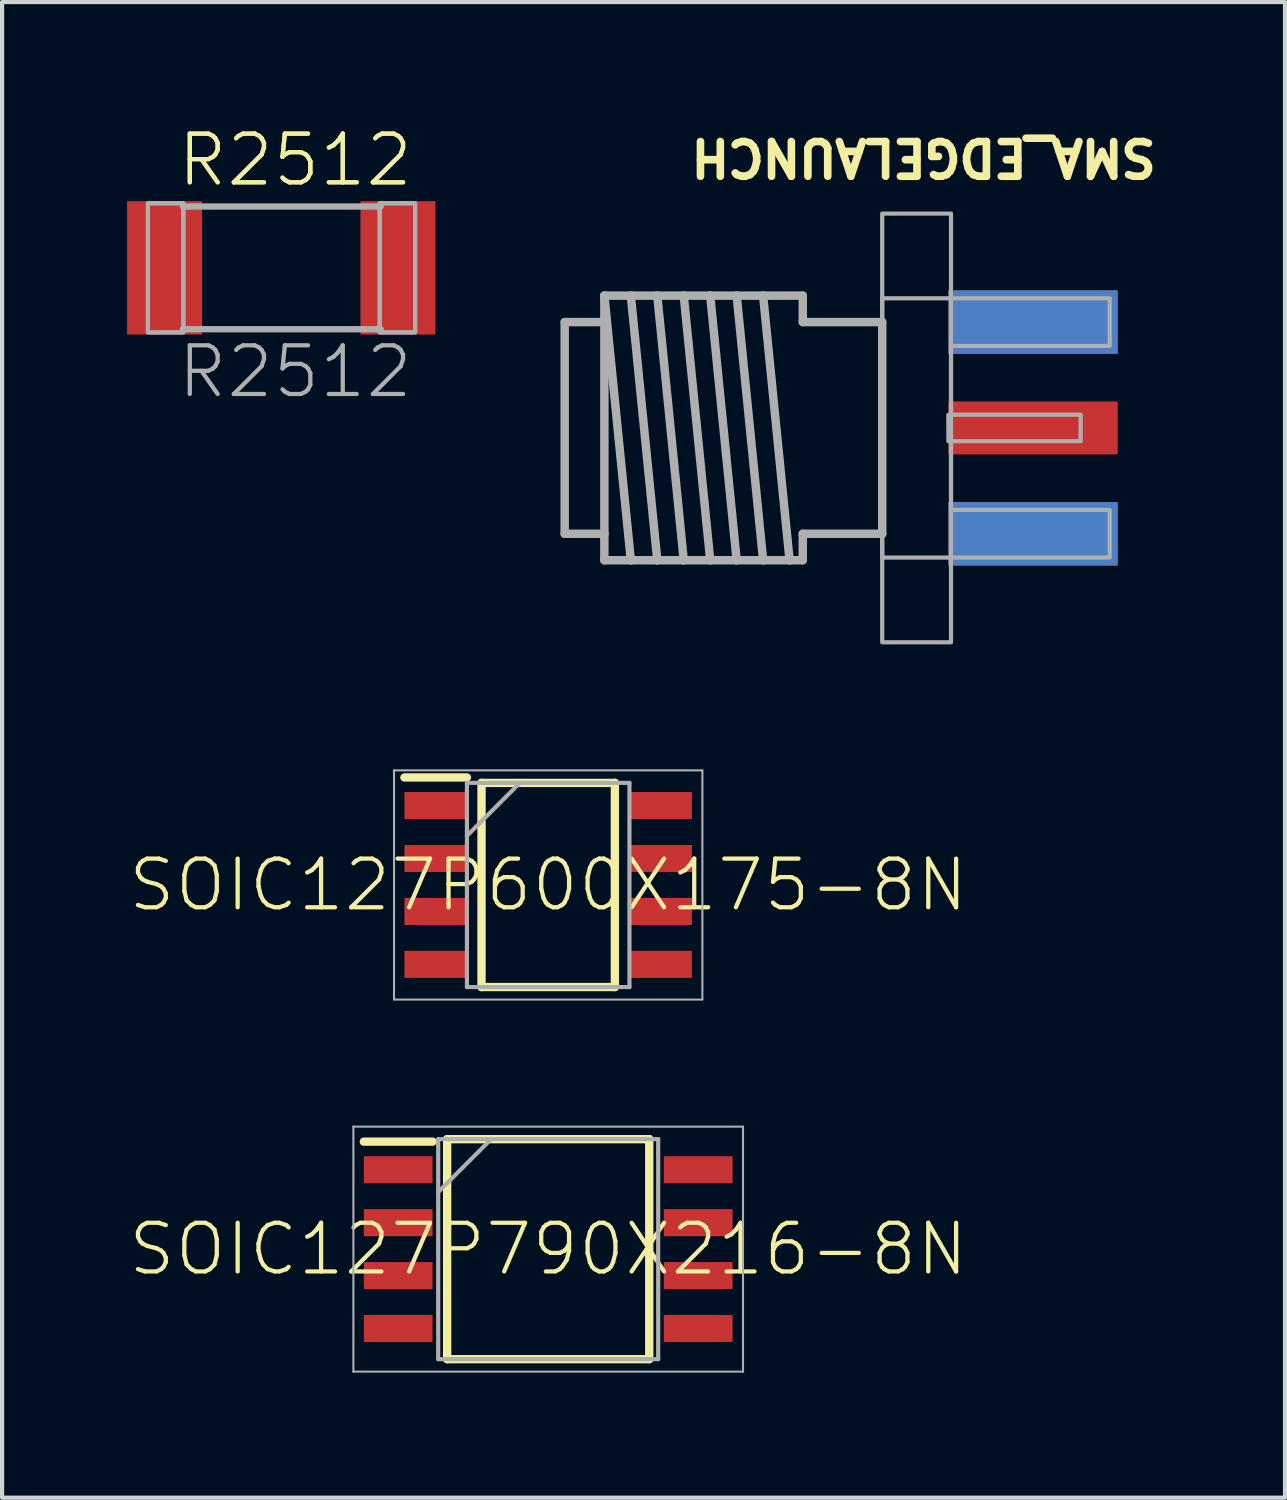
<source format=kicad_pcb>
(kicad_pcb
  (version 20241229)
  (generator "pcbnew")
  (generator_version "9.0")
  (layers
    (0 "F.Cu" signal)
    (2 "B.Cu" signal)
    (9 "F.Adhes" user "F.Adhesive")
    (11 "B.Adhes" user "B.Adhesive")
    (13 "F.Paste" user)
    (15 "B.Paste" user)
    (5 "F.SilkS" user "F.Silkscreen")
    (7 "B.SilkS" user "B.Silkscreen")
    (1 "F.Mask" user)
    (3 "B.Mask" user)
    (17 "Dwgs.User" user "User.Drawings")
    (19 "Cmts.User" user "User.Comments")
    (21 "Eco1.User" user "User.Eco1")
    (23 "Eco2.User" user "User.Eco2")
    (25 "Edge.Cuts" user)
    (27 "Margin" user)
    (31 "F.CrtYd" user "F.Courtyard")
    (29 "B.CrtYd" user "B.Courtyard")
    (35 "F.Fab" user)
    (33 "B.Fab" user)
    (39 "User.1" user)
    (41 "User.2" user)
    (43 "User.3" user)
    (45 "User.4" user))
  (footprint "SOIC127P600X175-8N"
    (layer "F.Cu")
    (at 10.106 18.188)
    (property "Reference" "SOIC127P600X175-8N" (at 0 0 0) (unlocked yes) (layer "F.SilkS") (effects (font (size 1.168 1.168) (thickness 0.102))))
    (fp_line (start -3.45 -2.58) (end -1.95 -2.58) (stroke (width 0.2) (type solid)) (layer "F.SilkS"))
    (fp_line (start -1.6 -2.45) (end 1.6 -2.45) (stroke (width 0.2) (type solid)) (layer "F.SilkS"))
    (fp_line (start -1.6 2.45) (end -1.6 -2.45) (stroke (width 0.2) (type solid)) (layer "F.SilkS"))
    (fp_line (start 1.6 -2.45) (end 1.6 2.45) (stroke (width 0.2) (type solid)) (layer "F.SilkS"))
    (fp_line (start 1.6 2.45) (end -1.6 2.45) (stroke (width 0.2) (type solid)) (layer "F.SilkS"))
    (fp_line (start -3.7 -2.75) (end 3.7 -2.75) (stroke (width 0.05) (type solid)) (layer "F.Fab"))
    (fp_line (start -3.7 2.75) (end -3.7 -2.75) (stroke (width 0.05) (type solid)) (layer "F.Fab"))
    (fp_line (start -1.95 -2.45) (end -0.68 -2.45) (stroke (width 0.1) (type solid)) (layer "F.Fab"))
    (fp_line (start -1.95 -1.18) (end -1.95 -2.45) (stroke (width 0.1) (type solid)) (layer "F.Fab"))
    (fp_line (start -1.95 -1.18) (end -0.68 -2.45) (stroke (width 0.1) (type solid)) (layer "F.Fab"))
    (fp_line (start -1.95 2.45) (end -1.95 -1.18) (stroke (width 0.1) (type solid)) (layer "F.Fab"))
    (fp_line (start -0.68 -2.45) (end 1.95 -2.45) (stroke (width 0.1) (type solid)) (layer "F.Fab"))
    (fp_line (start 1.95 -2.45) (end 1.95 2.45) (stroke (width 0.1) (type solid)) (layer "F.Fab"))
    (fp_line (start 1.95 2.45) (end -1.95 2.45) (stroke (width 0.1) (type solid)) (layer "F.Fab"))
    (fp_line (start 3.7 -2.75) (end 3.7 2.75) (stroke (width 0.05) (type solid)) (layer "F.Fab"))
    (fp_line (start 3.7 2.75) (end -3.7 2.75) (stroke (width 0.05) (type solid)) (layer "F.Fab"))
    (pad "1" smd rect (at -2.7 -1.905) (size 1.5 0.65) (layers "F.Cu" "F.Mask" "F.Paste"))
    (pad "2" smd rect (at -2.7 -0.635) (size 1.5 0.65) (layers "F.Cu" "F.Mask" "F.Paste"))
    (pad "3" smd rect (at -2.7 0.635) (size 1.5 0.65) (layers "F.Cu" "F.Mask" "F.Paste"))
    (pad "4" smd rect (at -2.7 1.905) (size 1.5 0.65) (layers "F.Cu" "F.Mask" "F.Paste"))
    (pad "5" smd rect (at 2.7 1.905) (size 1.5 0.65) (layers "F.Cu" "F.Mask" "F.Paste"))
    (pad "6" smd rect (at 2.7 0.635) (size 1.5 0.65) (layers "F.Cu" "F.Mask" "F.Paste"))
    (pad "7" smd rect (at 2.7 -0.635) (size 1.5 0.65) (layers "F.Cu" "F.Mask" "F.Paste"))
    (pad "8" smd rect (at 2.7 -1.905) (size 1.5 0.65) (layers "F.Cu" "F.Mask" "F.Paste")))
  (footprint "R2512"
    (layer "F.Cu")
    (at 3.7 3.378)
    (property "Reference" "R2512" (at -2.54 -1.905 0) (unlocked yes) (layer "F.SilkS") (effects (font (size 1.168 1.168) (thickness 0.102)) (justify left bottom)))
    (property "Value" "R2512" (at -2.54 3.175 0) (unlocked yes) (layer "F.Fab") (hide yes) (effects (font (size 1.168 1.168) (thickness 0.102)) (justify left bottom)))
    (fp_line (start -2.362 -1.473) (end 2.387 -1.473) (stroke (width 0.152) (type solid)) (layer "F.Fab"))
    (fp_line (start -2.362 1.473) (end 2.387 1.473) (stroke (width 0.152) (type solid)) (layer "F.Fab"))
    (fp_poly (pts (xy -3.2 1.549) (xy -2.35 1.549) (xy -2.35 -1.551) (xy -3.2 -1.551)) (stroke (width 0.1) (type default)) (fill no) (layer "F.Fab"))
    (fp_poly (pts (xy -3.2 1.549) (xy -2.35 1.549) (xy -2.35 -1.551) (xy -3.2 -1.551)) (stroke (width 0.1) (type default)) (fill no) (layer "F.Fab"))
    (fp_poly (pts (xy 2.362 1.549) (xy 3.212 1.549) (xy 3.212 -1.551) (xy 2.362 -1.551)) (stroke (width 0.1) (type default)) (fill no) (layer "F.Fab"))
    (fp_poly (pts (xy 2.362 1.549) (xy 3.212 1.549) (xy 3.212 -1.551) (xy 2.362 -1.551)) (stroke (width 0.1) (type default)) (fill no) (layer "F.Fab"))
    (fp_text user "${REFERENCE}" (at -2.54 -1.905 0) (unlocked yes) (layer "F.SilkS") (effects (font (size 1.168 1.168) (thickness 0.102)) (justify left bottom)))
    (fp_text user "${VALUE}" (at -2.54 3.175 0) (unlocked yes) (layer "F.Fab") (effects (font (size 1.168 1.168) (thickness 0.102)) (justify left bottom)))
    (pad "1" smd rect (at -2.8 0) (size 1.8 3.2) (layers "F.Cu" "F.Mask" "F.Paste"))
    (pad "2" smd rect (at 2.8 0) (size 1.8 3.2) (layers "F.Cu" "F.Mask" "F.Paste")))
  (footprint "SMA_EDGELAUNCH"
    (layer "F.Cu")
    (at 19.709 7.22)
    (property "Reference" "SMA_EDGELAUNCH" (at 5.08 -6.985 180) (unlocked yes) (layer "F.SilkS") (effects (font (size 0.833 0.833) (thickness 0.183)) (justify left bottom)))
    (fp_line (start -9.207 -2.54) (end -8.255 -2.54) (stroke (width 0.203) (type solid)) (layer "F.Fab"))
    (fp_line (start -9.207 2.54) (end -9.207 -2.54) (stroke (width 0.203) (type solid)) (layer "F.Fab"))
    (fp_line (start -8.255 -3.175) (end -7.62 -3.175) (stroke (width 0.203) (type solid)) (layer "F.Fab"))
    (fp_line (start -8.255 -3.175) (end -7.62 3.175) (stroke (width 0.203) (type solid)) (layer "F.Fab"))
    (fp_line (start -8.255 -2.54) (end -8.255 -3.175) (stroke (width 0.203) (type solid)) (layer "F.Fab"))
    (fp_line (start -8.255 -2.54) (end -8.255 2.54) (stroke (width 0.203) (type solid)) (layer "F.Fab"))
    (fp_line (start -8.255 2.54) (end -9.207 2.54) (stroke (width 0.203) (type solid)) (layer "F.Fab"))
    (fp_line (start -8.255 3.175) (end -8.255 2.54) (stroke (width 0.203) (type solid)) (layer "F.Fab"))
    (fp_line (start -7.62 -3.175) (end -6.985 -3.175) (stroke (width 0.203) (type solid)) (layer "F.Fab"))
    (fp_line (start -7.62 -3.175) (end -6.985 3.175) (stroke (width 0.203) (type solid)) (layer "F.Fab"))
    (fp_line (start -7.62 3.175) (end -8.255 3.175) (stroke (width 0.203) (type solid)) (layer "F.Fab"))
    (fp_line (start -6.985 -3.175) (end -6.35 -3.175) (stroke (width 0.203) (type solid)) (layer "F.Fab"))
    (fp_line (start -6.985 -3.175) (end -6.35 3.175) (stroke (width 0.203) (type solid)) (layer "F.Fab"))
    (fp_line (start -6.985 3.175) (end -7.62 3.175) (stroke (width 0.203) (type solid)) (layer "F.Fab"))
    (fp_line (start -6.35 -3.175) (end -5.715 -3.175) (stroke (width 0.203) (type solid)) (layer "F.Fab"))
    (fp_line (start -6.35 -3.175) (end -5.715 3.175) (stroke (width 0.203) (type solid)) (layer "F.Fab"))
    (fp_line (start -6.35 3.175) (end -6.985 3.175) (stroke (width 0.203) (type solid)) (layer "F.Fab"))
    (fp_line (start -5.715 -3.175) (end -5.08 -3.175) (stroke (width 0.203) (type solid)) (layer "F.Fab"))
    (fp_line (start -5.715 -3.175) (end -5.08 3.175) (stroke (width 0.203) (type solid)) (layer "F.Fab"))
    (fp_line (start -5.715 3.175) (end -6.35 3.175) (stroke (width 0.203) (type solid)) (layer "F.Fab"))
    (fp_line (start -5.08 -3.175) (end -4.445 -3.175) (stroke (width 0.203) (type solid)) (layer "F.Fab"))
    (fp_line (start -5.08 -3.175) (end -4.445 3.175) (stroke (width 0.203) (type solid)) (layer "F.Fab"))
    (fp_line (start -5.08 3.175) (end -5.715 3.175) (stroke (width 0.203) (type solid)) (layer "F.Fab"))
    (fp_line (start -4.445 -3.175) (end -3.81 3.175) (stroke (width 0.203) (type solid)) (layer "F.Fab"))
    (fp_line (start -4.445 -3.175) (end -3.493 -3.175) (stroke (width 0.203) (type solid)) (layer "F.Fab"))
    (fp_line (start -4.445 3.175) (end -5.08 3.175) (stroke (width 0.203) (type solid)) (layer "F.Fab"))
    (fp_line (start -3.81 3.175) (end -4.445 3.175) (stroke (width 0.203) (type solid)) (layer "F.Fab"))
    (fp_line (start -3.493 -3.175) (end -3.493 -2.54) (stroke (width 0.203) (type solid)) (layer "F.Fab"))
    (fp_line (start -3.493 -2.54) (end -1.587 -2.54) (stroke (width 0.203) (type solid)) (layer "F.Fab"))
    (fp_line (start -3.493 2.54) (end -3.493 3.175) (stroke (width 0.203) (type solid)) (layer "F.Fab"))
    (fp_line (start -3.493 3.175) (end -3.81 3.175) (stroke (width 0.203) (type solid)) (layer "F.Fab"))
    (fp_line (start -1.587 -2.54) (end -1.587 2.54) (stroke (width 0.203) (type solid)) (layer "F.Fab"))
    (fp_line (start -1.587 2.54) (end -3.493 2.54) (stroke (width 0.203) (type solid)) (layer "F.Fab"))
    (fp_poly (pts (xy 0 0.318) (xy 3.175 0.318) (xy 3.175 -0.318) (xy 0 -0.318)) (stroke (width 0.1) (type default)) (fill no) (layer "F.Fab"))
    (fp_poly (pts (xy 0.064 5.144) (xy -1.587 5.144) (xy -1.587 -5.144) (xy 0.064 -5.144)) (stroke (width 0.1) (type default)) (fill no) (layer "F.Fab"))
    (fp_poly (pts (xy 3.873 -1.968) (xy 0.064 -1.968) (xy 0.064 1.968) (xy 3.873 1.968) (xy 3.873 3.111) (xy -1.587 3.111) (xy -1.587 -3.111) (xy 3.873 -3.111)) (stroke (width 0.1) (type default)) (fill no) (layer "F.Fab"))
    (pad "GND@1" smd rect (at 2.032 2.54 90) (size 1.524 4.064) (layers "F.Cu" "F.Mask"))
    (pad "GND@2" smd rect (at 2.032 -2.54 90) (size 1.524 4.064) (layers "F.Cu" "F.Mask"))
    (pad "GND@3" smd rect (at 2.032 -2.54 90) (size 1.524 4.064) (layers "B.Cu" "B.Mask"))
    (pad "GND@4" smd rect (at 2.032 2.54 90) (size 1.524 4.064) (layers "B.Cu" "B.Mask"))
    (pad "P" smd rect (at 2.032 0 90) (size 1.27 4.064) (layers "F.Cu" "F.Mask")))
  (footprint "SOIC127P790X216-8N"
    (layer "F.Cu")
    (at 10.106 26.928)
    (property "Reference" "SOIC127P790X216-8N" (at 0 0 0) (unlocked yes) (layer "F.SilkS") (effects (font (size 1.168 1.168) (thickness 0.102))))
    (fp_line (start -4.425 -2.58) (end -2.775 -2.58) (stroke (width 0.2) (type solid)) (layer "F.SilkS"))
    (fp_line (start -2.425 -2.64) (end 2.425 -2.64) (stroke (width 0.2) (type solid)) (layer "F.SilkS"))
    (fp_line (start -2.425 2.64) (end -2.425 -2.64) (stroke (width 0.2) (type solid)) (layer "F.SilkS"))
    (fp_line (start 2.425 -2.64) (end 2.425 2.64) (stroke (width 0.2) (type solid)) (layer "F.SilkS"))
    (fp_line (start 2.425 2.64) (end -2.425 2.64) (stroke (width 0.2) (type solid)) (layer "F.SilkS"))
    (fp_line (start -4.675 -2.94) (end 4.675 -2.94) (stroke (width 0.05) (type solid)) (layer "F.Fab"))
    (fp_line (start -4.675 2.94) (end -4.675 -2.94) (stroke (width 0.05) (type solid)) (layer "F.Fab"))
    (fp_line (start -2.64 -2.64) (end -1.37 -2.64) (stroke (width 0.1) (type solid)) (layer "F.Fab"))
    (fp_line (start -2.64 -1.37) (end -2.64 -2.64) (stroke (width 0.1) (type solid)) (layer "F.Fab"))
    (fp_line (start -2.64 -1.37) (end -1.37 -2.64) (stroke (width 0.1) (type solid)) (layer "F.Fab"))
    (fp_line (start -2.64 2.64) (end -2.64 -1.37) (stroke (width 0.1) (type solid)) (layer "F.Fab"))
    (fp_line (start -1.37 -2.64) (end 2.64 -2.64) (stroke (width 0.1) (type solid)) (layer "F.Fab"))
    (fp_line (start 2.64 -2.64) (end 2.64 2.64) (stroke (width 0.1) (type solid)) (layer "F.Fab"))
    (fp_line (start 2.64 2.64) (end -2.64 2.64) (stroke (width 0.1) (type solid)) (layer "F.Fab"))
    (fp_line (start 4.675 -2.94) (end 4.675 2.94) (stroke (width 0.05) (type solid)) (layer "F.Fab"))
    (fp_line (start 4.675 2.94) (end -4.675 2.94) (stroke (width 0.05) (type solid)) (layer "F.Fab"))
    (pad "1" smd rect (at -3.6 -1.905) (size 1.65 0.65) (layers "F.Cu" "F.Mask" "F.Paste"))
    (pad "2" smd rect (at -3.6 -0.635) (size 1.65 0.65) (layers "F.Cu" "F.Mask" "F.Paste"))
    (pad "3" smd rect (at -3.6 0.635) (size 1.65 0.65) (layers "F.Cu" "F.Mask" "F.Paste"))
    (pad "4" smd rect (at -3.6 1.905) (size 1.65 0.65) (layers "F.Cu" "F.Mask" "F.Paste"))
    (pad "5" smd rect (at 3.6 1.905) (size 1.65 0.65) (layers "F.Cu" "F.Mask" "F.Paste"))
    (pad "6" smd rect (at 3.6 0.635) (size 1.65 0.65) (layers "F.Cu" "F.Mask" "F.Paste"))
    (pad "7" smd rect (at 3.6 -0.635) (size 1.65 0.65) (layers "F.Cu" "F.Mask" "F.Paste"))
    (pad "8" smd rect (at 3.6 -1.905) (size 1.65 0.65) (layers "F.Cu" "F.Mask" "F.Paste")))
  (gr_rect
    (start -3 -3)
    (end 27.789 32.893)
    (stroke (width 0.1) (type default))
    (fill no)
    (layer "Edge.Cuts")))
</source>
